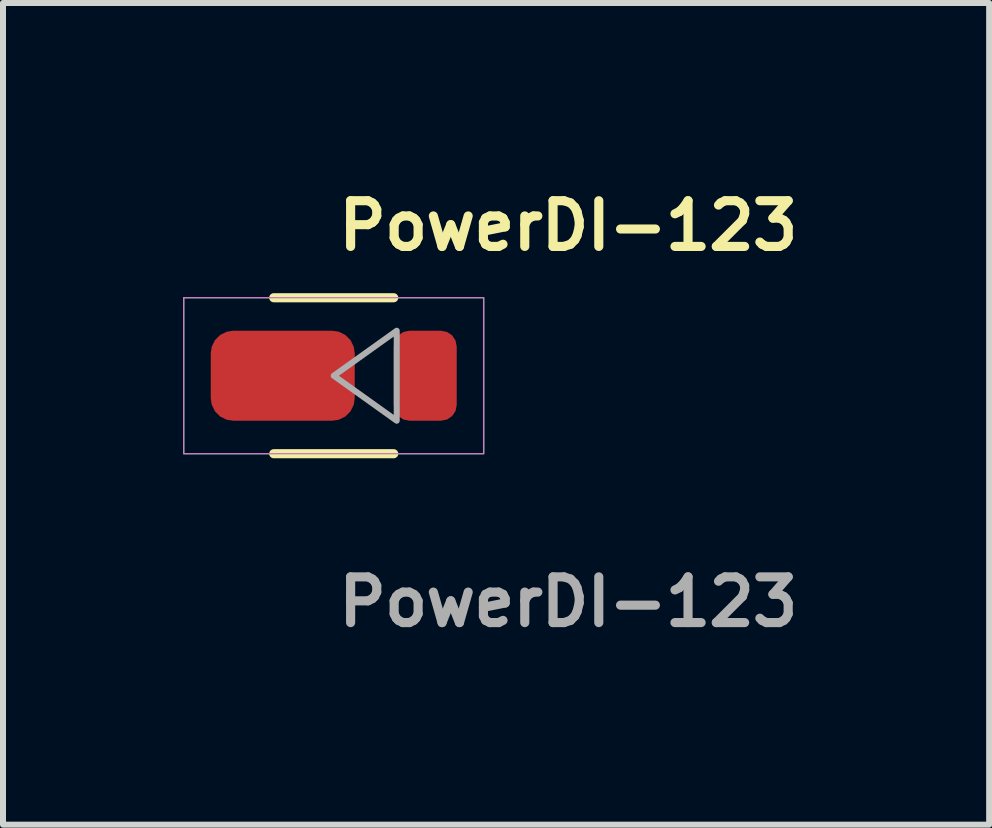
<source format=kicad_pcb>
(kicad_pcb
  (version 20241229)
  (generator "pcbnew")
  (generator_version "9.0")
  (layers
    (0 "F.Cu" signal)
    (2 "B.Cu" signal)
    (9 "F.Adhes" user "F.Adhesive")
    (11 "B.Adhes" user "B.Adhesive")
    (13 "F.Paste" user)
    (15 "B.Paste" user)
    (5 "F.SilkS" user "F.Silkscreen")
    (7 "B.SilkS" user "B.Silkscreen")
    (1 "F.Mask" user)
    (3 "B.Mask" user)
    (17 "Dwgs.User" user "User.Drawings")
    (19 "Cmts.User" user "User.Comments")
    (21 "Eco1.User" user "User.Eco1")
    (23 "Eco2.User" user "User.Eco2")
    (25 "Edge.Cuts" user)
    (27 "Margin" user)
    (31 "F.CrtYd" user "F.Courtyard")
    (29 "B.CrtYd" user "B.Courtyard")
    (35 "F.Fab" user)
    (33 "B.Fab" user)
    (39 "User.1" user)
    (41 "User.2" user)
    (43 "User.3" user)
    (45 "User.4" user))
  (footprint "PowerDI-123"
    (layer "F.Cu")
    (at 2.513 3.213)
    (property "Reference" "PowerDI-123" (at 0 -2.5 0) (unlocked yes) (layer "F.SilkS") (effects (font (size 0.762 0.762) (thickness 0.152)) (justify left)))
    (fp_line (start 1 -1.3) (end -1 -1.3) (stroke (width 0.152) (type solid)) (layer "F.SilkS"))
    (fp_line (start 1 1.3) (end -1 1.3) (stroke (width 0.152) (type solid)) (layer "F.SilkS"))
    (fp_rect (start -2.5 -1.3) (end 2.5 1.3) (stroke (width 0.006) (type solid)) (fill no) (layer "F.CrtYd"))
    (fp_rect (start -2.5 -1.3) (end 2.5 1.3) (stroke (width 0.025) (type default)) (fill no) (layer "F.Fab"))
    (fp_poly (pts (xy 1.05 0) (xy 1.525 0) (xy 1.05 0) (xy 1.05 0.75) (xy 0 0) (xy 0 0.75) (xy 0 0) (xy -0.85 0) (xy 0 0) (xy 0 -0.75) (xy 0 0) (xy 1.05 -0.75)) (stroke (width 0.1) (type solid)) (fill no) (layer "F.Fab"))
    (fp_text user "${REFERENCE}" (at 0 3.77 0) (unlocked yes) (layer "F.Fab") (effects (font (size 0.762 0.762) (thickness 0.152)) (justify left)))
    (pad "1" smd roundrect (at -0.85 0) (size 2.4 1.5) (layers "F.Cu" "F.Mask" "F.Paste") (roundrect_rratio 0.25))
    (pad "2" smd roundrect (at 1.525 0) (size 1.05 1.5) (layers "F.Cu" "F.Mask" "F.Paste") (roundrect_rratio 0.25)))
  (gr_rect
    (start -3 -3)
    (end 13.438 10.696)
    (stroke (width 0.1) (type default))
    (fill no)
    (layer "Edge.Cuts")))
</source>
